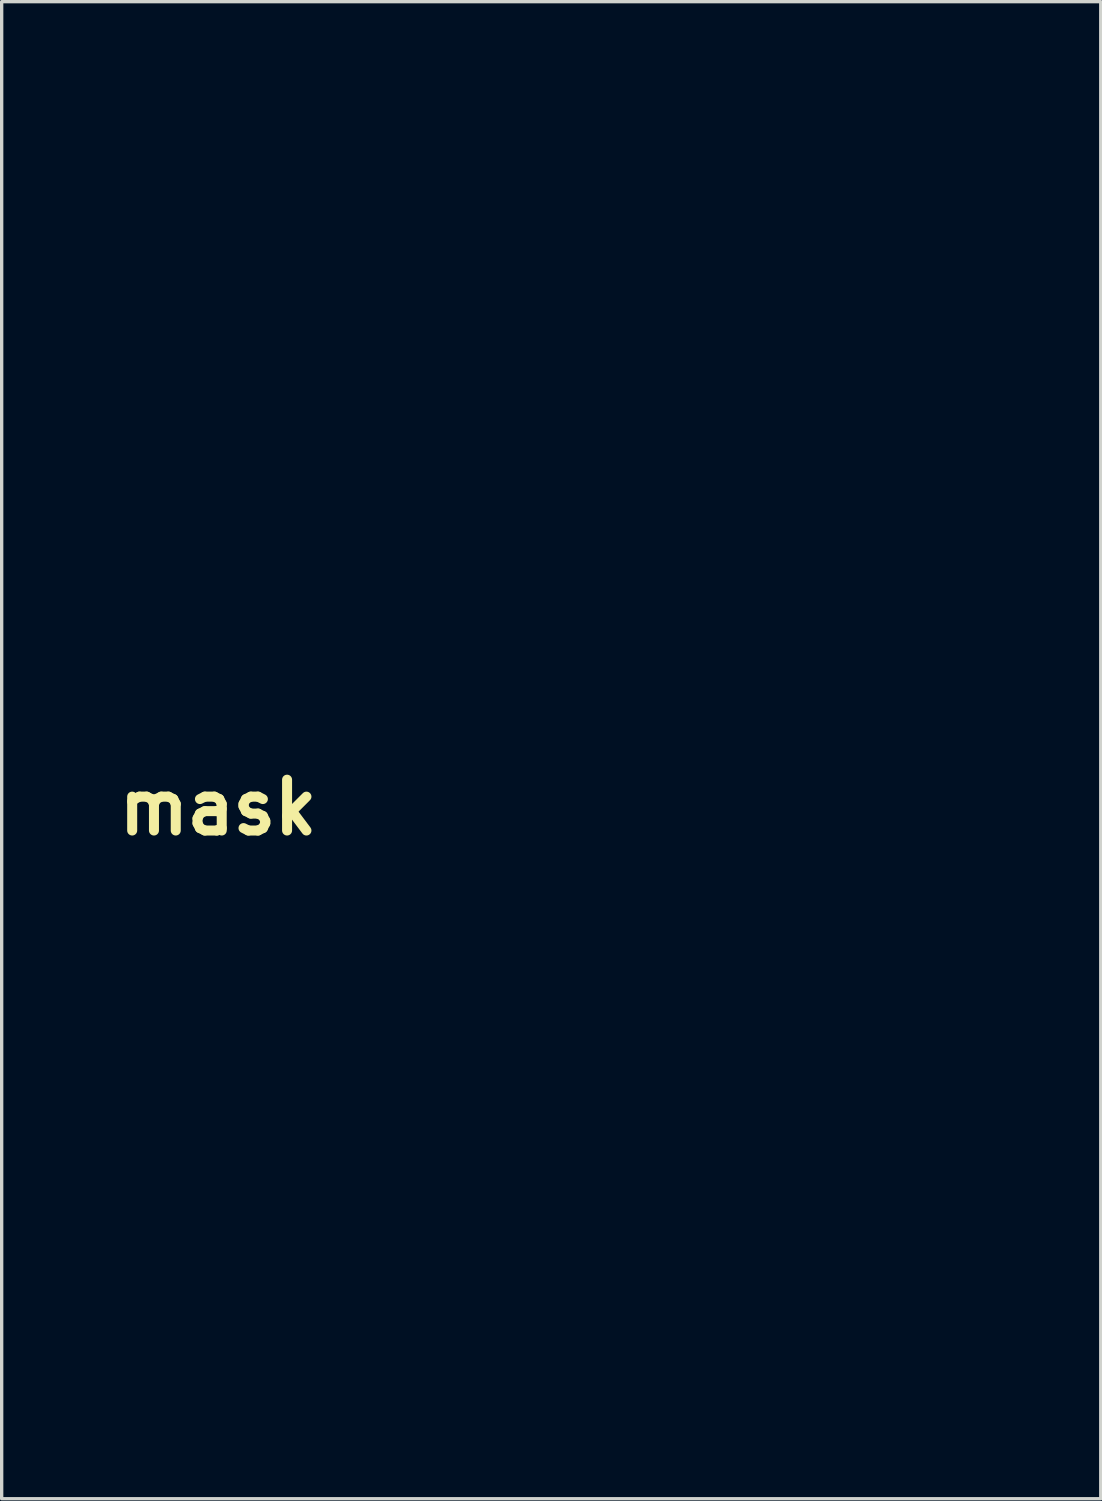
<source format=kicad_pcb>
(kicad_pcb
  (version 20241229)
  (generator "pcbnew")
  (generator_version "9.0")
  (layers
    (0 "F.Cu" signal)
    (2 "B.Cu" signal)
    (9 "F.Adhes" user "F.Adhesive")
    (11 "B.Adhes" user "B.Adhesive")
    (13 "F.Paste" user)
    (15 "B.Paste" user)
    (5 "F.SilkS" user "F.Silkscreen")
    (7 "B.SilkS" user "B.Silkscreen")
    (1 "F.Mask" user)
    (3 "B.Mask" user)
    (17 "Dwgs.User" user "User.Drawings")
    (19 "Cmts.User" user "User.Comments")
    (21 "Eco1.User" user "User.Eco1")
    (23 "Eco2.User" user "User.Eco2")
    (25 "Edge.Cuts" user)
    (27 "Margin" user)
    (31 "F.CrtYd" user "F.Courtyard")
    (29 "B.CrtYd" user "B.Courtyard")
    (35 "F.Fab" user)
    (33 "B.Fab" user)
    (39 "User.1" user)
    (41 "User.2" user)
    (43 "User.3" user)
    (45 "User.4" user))
  (footprint "mask"
    (layer "F.Cu")
    (at 3.49 21.165)
    (property "Reference" "mask" (at 0 0 0) (layer "F.SilkS") (effects (font (size 1.524 1.524) (thickness 0.3))))
    (attr through_hole)
    (fp_poly (pts (xy 12.794 13.542) (xy 12.824 13.573) (xy 12.769 13.609) (xy 12.675 13.643) (xy 12.463 13.7) (xy 12.335 13.707) (xy 12.294 13.667) (xy 12.338 13.622) (xy 12.448 13.579) (xy 12.586 13.545) (xy 12.716 13.531) (xy 12.794 13.542)) (stroke (width 0.01) (type solid)) (fill yes) (layer "F.Mask"))
    (fp_poly (pts (xy 13.332 17.544) (xy 13.353 17.581) (xy 13.284 17.625) (xy 13.214 17.644) (xy 13.049 17.68) (xy 12.928 17.709) (xy 12.83 17.722) (xy 12.807 17.69) (xy 12.811 17.674) (xy 12.884 17.603) (xy 13.034 17.553) (xy 13.221 17.531) (xy 13.332 17.544)) (stroke (width 0.01) (type solid)) (fill yes) (layer "F.Mask"))
    (fp_poly (pts (xy -2.816 16.296) (xy -2.75 16.396) (xy -2.678 16.522) (xy -2.619 16.641) (xy -2.591 16.721) (xy -2.591 16.726) (xy -2.613 16.768) (xy -2.67 16.731) (xy -2.75 16.625) (xy -2.785 16.567) (xy -2.871 16.39) (xy -2.893 16.286) (xy -2.857 16.256) (xy -2.816 16.296)) (stroke (width 0.01) (type solid)) (fill yes) (layer "F.Mask"))
    (fp_poly (pts (xy 7.031 13.669) (xy 7.051 13.727) (xy 7.08 13.853) (xy 7.1 13.955) (xy 7.123 14.121) (xy 7.116 14.211) (xy 7.085 14.243) (xy 7.039 14.218) (xy 7.004 14.102) (xy 6.986 13.987) (xy 6.971 13.798) (xy 6.981 13.684) (xy 7.014 13.657) (xy 7.031 13.669)) (stroke (width 0.01) (type solid)) (fill yes) (layer "F.Mask"))
    (fp_poly (pts (xy 13.3 15.726) (xy 13.324 15.756) (xy 13.262 15.79) (xy 13.132 15.827) (xy 12.885 15.88) (xy 12.724 15.893) (xy 12.653 15.867) (xy 12.649 15.853) (xy 12.694 15.816) (xy 12.809 15.777) (xy 12.96 15.743) (xy 13.116 15.721) (xy 13.244 15.716) (xy 13.3 15.726)) (stroke (width 0.01) (type solid)) (fill yes) (layer "F.Mask"))
    (fp_poly (pts (xy 2.741 5.831) (xy 2.726 5.941) (xy 2.664 6.102) (xy 2.641 6.149) (xy 2.565 6.271) (xy 2.495 6.344) (xy 2.448 6.354) (xy 2.438 6.319) (xy 2.459 6.246) (xy 2.511 6.126) (xy 2.578 5.99) (xy 2.644 5.87) (xy 2.693 5.799) (xy 2.705 5.791) (xy 2.741 5.831)) (stroke (width 0.01) (type solid)) (fill yes) (layer "F.Mask"))
    (fp_poly (pts (xy 2.993 14.049) (xy 3.031 14.128) (xy 3.064 14.262) (xy 3.089 14.419) (xy 3.101 14.571) (xy 3.097 14.685) (xy 3.073 14.732) (xy 3.072 14.732) (xy 3.029 14.686) (xy 2.992 14.569) (xy 2.979 14.496) (xy 2.952 14.26) (xy 2.949 14.106) (xy 2.967 14.04) (xy 2.993 14.049)) (stroke (width 0.01) (type solid)) (fill yes) (layer "F.Mask"))
    (fp_poly (pts (xy 3.443 14.047) (xy 3.483 14.136) (xy 3.518 14.304) (xy 3.535 14.427) (xy 3.543 14.578) (xy 3.526 14.669) (xy 3.493 14.687) (xy 3.455 14.622) (xy 3.435 14.541) (xy 3.389 14.299) (xy 3.367 14.141) (xy 3.366 14.053) (xy 3.386 14.022) (xy 3.393 14.021) (xy 3.443 14.047)) (stroke (width 0.01) (type solid)) (fill yes) (layer "F.Mask"))
    (fp_poly (pts (xy 4.394 13.927) (xy 4.413 13.987) (xy 4.439 14.117) (xy 4.461 14.266) (xy 4.481 14.447) (xy 4.477 14.545) (xy 4.448 14.579) (xy 4.442 14.58) (xy 4.398 14.531) (xy 4.361 14.395) (xy 4.343 14.272) (xy 4.327 14.065) (xy 4.337 13.943) (xy 4.372 13.912) (xy 4.394 13.927)) (stroke (width 0.01) (type solid)) (fill yes) (layer "F.Mask"))
    (fp_poly (pts (xy 5.258 13.914) (xy 5.296 14.027) (xy 5.33 14.175) (xy 5.351 14.325) (xy 5.355 14.443) (xy 5.34 14.492) (xy 5.283 14.508) (xy 5.269 14.495) (xy 5.241 14.411) (xy 5.218 14.276) (xy 5.203 14.122) (xy 5.198 13.982) (xy 5.206 13.889) (xy 5.22 13.868) (xy 5.258 13.914)) (stroke (width 0.01) (type solid)) (fill yes) (layer "F.Mask"))
    (fp_poly (pts (xy 6.168 13.724) (xy 6.199 13.843) (xy 6.234 14.049) (xy 6.239 14.082) (xy 6.259 14.263) (xy 6.251 14.362) (xy 6.223 14.395) (xy 6.179 14.361) (xy 6.137 14.227) (xy 6.11 14.08) (xy 6.089 13.902) (xy 6.086 13.763) (xy 6.1 13.695) (xy 6.136 13.678) (xy 6.168 13.724)) (stroke (width 0.01) (type solid)) (fill yes) (layer "F.Mask"))
    (fp_poly (pts (xy 7.481 13.655) (xy 7.526 13.769) (xy 7.55 13.862) (xy 7.58 14.02) (xy 7.577 14.106) (xy 7.543 14.141) (xy 7.492 14.115) (xy 7.45 13.992) (xy 7.437 13.928) (xy 7.409 13.758) (xy 7.398 13.663) (xy 7.404 13.623) (xy 7.43 13.612) (xy 7.442 13.611) (xy 7.481 13.655)) (stroke (width 0.01) (type solid)) (fill yes) (layer "F.Mask"))
    (fp_poly (pts (xy 13.413 16.169) (xy 13.406 16.204) (xy 13.33 16.249) (xy 13.199 16.292) (xy 13.155 16.303) (xy 12.924 16.345) (xy 12.777 16.355) (xy 12.718 16.333) (xy 12.723 16.311) (xy 12.784 16.277) (xy 12.911 16.235) (xy 13.07 16.195) (xy 13.225 16.165) (xy 13.338 16.154) (xy 13.413 16.169)) (stroke (width 0.01) (type solid)) (fill yes) (layer "F.Mask"))
    (fp_poly (pts (xy 2.558 14.116) (xy 2.595 14.229) (xy 2.633 14.378) (xy 2.664 14.529) (xy 2.682 14.652) (xy 2.678 14.713) (xy 2.677 14.713) (xy 2.63 14.704) (xy 2.607 14.691) (xy 2.57 14.627) (xy 2.537 14.505) (xy 2.513 14.357) (xy 2.501 14.213) (xy 2.506 14.108) (xy 2.529 14.072) (xy 2.558 14.116)) (stroke (width 0.01) (type solid)) (fill yes) (layer "F.Mask"))
    (fp_poly (pts (xy 4.796 13.882) (xy 4.824 13.937) (xy 4.853 14.049) (xy 4.888 14.237) (xy 4.905 14.332) (xy 4.912 14.457) (xy 4.891 14.538) (xy 4.856 14.557) (xy 4.818 14.496) (xy 4.81 14.465) (xy 4.767 14.257) (xy 4.744 14.073) (xy 4.74 13.937) (xy 4.758 13.871) (xy 4.765 13.868) (xy 4.796 13.882)) (stroke (width 0.01) (type solid)) (fill yes) (layer "F.Mask"))
    (fp_poly (pts (xy 6.589 13.688) (xy 6.623 13.766) (xy 6.654 13.917) (xy 6.679 14.084) (xy 6.691 14.251) (xy 6.668 14.323) (xy 6.656 14.326) (xy 6.592 14.285) (xy 6.581 14.262) (xy 6.553 14.134) (xy 6.534 13.979) (xy 6.525 13.828) (xy 6.529 13.713) (xy 6.547 13.665) (xy 6.548 13.665) (xy 6.589 13.688)) (stroke (width 0.01) (type solid)) (fill yes) (layer "F.Mask"))
    (fp_poly (pts (xy 13.016 13.984) (xy 13.051 14.013) (xy 13 14.052) (xy 12.867 14.088) (xy 12.84 14.093) (xy 12.673 14.122) (xy 12.528 14.151) (xy 12.503 14.157) (xy 12.416 14.166) (xy 12.404 14.121) (xy 12.405 14.117) (xy 12.477 14.052) (xy 12.632 14.004) (xy 12.854 13.978) (xy 12.89 13.976) (xy 13.016 13.984)) (stroke (width 0.01) (type solid)) (fill yes) (layer "F.Mask"))
    (fp_poly (pts (xy 13.386 17.065) (xy 13.411 17.097) (xy 13.411 17.097) (xy 13.366 17.145) (xy 13.256 17.186) (xy 13.221 17.193) (xy 13.07 17.222) (xy 12.952 17.25) (xy 12.941 17.253) (xy 12.866 17.245) (xy 12.852 17.208) (xy 12.902 17.152) (xy 13.047 17.103) (xy 13.132 17.086) (xy 13.299 17.061) (xy 13.386 17.065)) (stroke (width 0.01) (type solid)) (fill yes) (layer "F.Mask"))
    (fp_poly (pts (xy 13.402 16.624) (xy 13.404 16.627) (xy 13.411 16.665) (xy 13.381 16.692) (xy 13.293 16.713) (xy 13.128 16.734) (xy 13.068 16.741) (xy 12.87 16.755) (xy 12.767 16.743) (xy 12.751 16.724) (xy 12.796 16.691) (xy 12.91 16.658) (xy 13.061 16.63) (xy 13.214 16.612) (xy 13.339 16.608) (xy 13.402 16.624)) (stroke (width 0.01) (type solid)) (fill yes) (layer "F.Mask"))
    (fp_poly (pts (xy 3.89 13.964) (xy 3.931 14.079) (xy 3.97 14.231) (xy 4 14.39) (xy 4.013 14.525) (xy 4.013 14.531) (xy 4.001 14.623) (xy 3.97 14.627) (xy 3.928 14.556) (xy 3.885 14.42) (xy 3.868 14.343) (xy 3.829 14.133) (xy 3.813 14.004) (xy 3.822 13.939) (xy 3.853 13.919) (xy 3.857 13.919) (xy 3.89 13.964)) (stroke (width 0.01) (type solid)) (fill yes) (layer "F.Mask"))
    (fp_poly (pts (xy 5.702 13.863) (xy 5.751 13.976) (xy 5.791 14.125) (xy 5.814 14.276) (xy 5.813 14.397) (xy 5.793 14.446) (xy 5.74 14.458) (xy 5.721 14.423) (xy 5.697 14.327) (xy 5.67 14.185) (xy 5.665 14.157) (xy 5.637 14.011) (xy 5.609 13.902) (xy 5.605 13.89) (xy 5.616 13.827) (xy 5.652 13.818) (xy 5.702 13.863)) (stroke (width 0.01) (type solid)) (fill yes) (layer "F.Mask"))
    (fp_poly (pts (xy 9.021 1.134) (xy 9.175 1.176) (xy 9.318 1.231) (xy 9.419 1.288) (xy 9.449 1.326) (xy 9.41 1.366) (xy 9.317 1.357) (xy 9.246 1.325) (xy 9.149 1.29) (xy 9.002 1.255) (xy 8.954 1.246) (xy 8.81 1.21) (xy 8.745 1.168) (xy 8.764 1.134) (xy 8.873 1.118) (xy 8.889 1.118) (xy 9.021 1.134)) (stroke (width 0.01) (type solid)) (fill yes) (layer "F.Mask"))
    (fp_poly (pts (xy 13.159 14.423) (xy 13.134 14.469) (xy 13.068 14.497) (xy 12.922 14.529) (xy 12.752 14.552) (xy 12.589 14.563) (xy 12.461 14.562) (xy 12.398 14.545) (xy 12.395 14.539) (xy 12.44 14.5) (xy 12.554 14.464) (xy 12.611 14.454) (xy 12.794 14.425) (xy 12.966 14.397) (xy 12.992 14.393) (xy 13.107 14.392) (xy 13.159 14.423)) (stroke (width 0.01) (type solid)) (fill yes) (layer "F.Mask"))
    (fp_poly (pts (xy 13.259 15.306) (xy 13.259 15.309) (xy 13.211 15.365) (xy 13.078 15.407) (xy 13.043 15.414) (xy 12.878 15.442) (xy 12.738 15.471) (xy 12.713 15.477) (xy 12.624 15.479) (xy 12.598 15.451) (xy 12.622 15.415) (xy 12.701 15.378) (xy 12.85 15.334) (xy 13.083 15.278) (xy 13.119 15.27) (xy 13.226 15.261) (xy 13.259 15.306)) (stroke (width 0.01) (type solid)) (fill yes) (layer "F.Mask"))
    (fp_poly (pts (xy 13.195 14.797) (xy 13.2 14.831) (xy 13.195 14.846) (xy 13.139 14.884) (xy 13.014 14.924) (xy 12.854 14.96) (xy 12.689 14.985) (xy 12.551 14.995) (xy 12.472 14.983) (xy 12.466 14.978) (xy 12.46 14.947) (xy 12.496 14.92) (xy 12.591 14.891) (xy 12.764 14.853) (xy 12.842 14.837) (xy 13.034 14.8) (xy 13.146 14.787) (xy 13.195 14.797)) (stroke (width 0.01) (type solid)) (fill yes) (layer "F.Mask"))
    (fp_poly (pts (xy -2.611 16.118) (xy -2.528 16.218) (xy -2.416 16.392) (xy -2.385 16.445) (xy -2.265 16.654) (xy -2.19 16.789) (xy -2.151 16.868) (xy -2.145 16.905) (xy -2.163 16.915) (xy -2.193 16.916) (xy -2.247 16.874) (xy -2.335 16.764) (xy -2.439 16.605) (xy -2.483 16.531) (xy -2.592 16.329) (xy -2.653 16.183) (xy -2.662 16.105) (xy -2.658 16.1) (xy -2.611 16.118)) (stroke (width 0.01) (type solid)) (fill yes) (layer "F.Mask"))
    (fp_poly (pts (xy 3.151 5.644) (xy 3.116 5.763) (xy 3.046 5.935) (xy 2.946 6.148) (xy 2.846 6.346) (xy 2.78 6.468) (xy 2.738 6.529) (xy 2.71 6.544) (xy 2.685 6.529) (xy 2.679 6.523) (xy 2.688 6.469) (xy 2.732 6.349) (xy 2.801 6.188) (xy 2.883 6.011) (xy 2.967 5.841) (xy 3.041 5.703) (xy 3.095 5.622) (xy 3.099 5.618) (xy 3.146 5.592) (xy 3.151 5.644)) (stroke (width 0.01) (type solid)) (fill yes) (layer "F.Mask"))
    (fp_poly (pts (xy 3.546 5.398) (xy 3.549 5.46) (xy 3.511 5.592) (xy 3.451 5.751) (xy 3.342 6.021) (xy 3.234 6.267) (xy 3.135 6.472) (xy 3.053 6.622) (xy 2.997 6.699) (xy 2.984 6.706) (xy 2.956 6.667) (xy 2.963 6.617) (xy 3.016 6.468) (xy 3.092 6.276) (xy 3.181 6.063) (xy 3.275 5.848) (xy 3.364 5.654) (xy 3.438 5.501) (xy 3.489 5.41) (xy 3.504 5.394) (xy 3.546 5.398)) (stroke (width 0.01) (type solid)) (fill yes) (layer "F.Mask"))
    (fp_poly (pts (xy 8.796 1.395) (xy 8.961 1.423) (xy 9.154 1.468) (xy 9.35 1.525) (xy 9.528 1.588) (xy 9.665 1.65) (xy 9.737 1.705) (xy 9.742 1.714) (xy 9.744 1.754) (xy 9.706 1.767) (xy 9.613 1.751) (xy 9.452 1.704) (xy 9.271 1.646) (xy 9.074 1.584) (xy 8.897 1.532) (xy 8.777 1.501) (xy 8.776 1.501) (xy 8.674 1.462) (xy 8.636 1.417) (xy 8.68 1.391) (xy 8.796 1.395)) (stroke (width 0.01) (type solid)) (fill yes) (layer "F.Mask"))
    (fp_poly (pts (xy -2.362 15.929) (xy -2.283 16.033) (xy -2.264 16.066) (xy -2.194 16.181) (xy -2.087 16.353) (xy -1.959 16.551) (xy -1.898 16.645) (xy -1.782 16.825) (xy -1.69 16.972) (xy -1.636 17.066) (xy -1.626 17.089) (xy -1.65 17.126) (xy -1.72 17.08) (xy -1.83 16.958) (xy -1.946 16.802) (xy -2.112 16.558) (xy -2.254 16.334) (xy -2.361 16.146) (xy -2.425 16.012) (xy -2.438 15.959) (xy -2.417 15.902) (xy -2.362 15.929)) (stroke (width 0.01) (type solid)) (fill yes) (layer "F.Mask"))
    (fp_poly (pts (xy 8.649 1.698) (xy 8.993 1.77) (xy 9.255 1.827) (xy 9.451 1.874) (xy 9.6 1.914) (xy 9.719 1.954) (xy 9.817 1.993) (xy 9.954 2.058) (xy 10.041 2.114) (xy 10.058 2.137) (xy 10.024 2.199) (xy 9.96 2.209) (xy 9.933 2.187) (xy 9.864 2.142) (xy 9.719 2.084) (xy 9.519 2.02) (xy 9.289 1.958) (xy 9.049 1.903) (xy 8.882 1.871) (xy 8.668 1.826) (xy 8.555 1.777) (xy 8.534 1.744) (xy 8.574 1.695) (xy 8.649 1.698)) (stroke (width 0.01) (type solid)) (fill yes) (layer "F.Mask"))
    (fp_poly (pts (xy 23.343 0.207) (xy 23.093 0.437) (xy 22.959 0.549) (xy 22.859 0.611) (xy 22.812 0.614) (xy 22.752 0.607) (xy 22.626 0.659) (xy 22.448 0.761) (xy 22.227 0.904) (xy 21.977 1.081) (xy 21.709 1.283) (xy 21.434 1.503) (xy 21.165 1.732) (xy 21.051 1.834) (xy 20.44 2.349) (xy 19.731 2.875) (xy 18.926 3.409) (xy 18.026 3.952) (xy 17.602 4.192) (xy 17.234 4.399) (xy 16.826 4.634) (xy 16.411 4.877) (xy 16.021 5.109) (xy 15.697 5.307) (xy 15.166 5.636) (xy 14.71 5.916) (xy 14.317 6.155) (xy 13.978 6.36) (xy 13.682 6.536) (xy 13.416 6.69) (xy 13.172 6.828) (xy 12.937 6.957) (xy 12.7 7.084) (xy 12.654 7.108) (xy 12.283 7.306) (xy 11.985 7.473) (xy 11.739 7.621) (xy 11.529 7.762) (xy 11.334 7.908) (xy 11.134 8.072) (xy 11.113 8.091) (xy 10.97 8.225) (xy 10.842 8.373) (xy 10.728 8.544) (xy 10.625 8.746) (xy 10.53 8.987) (xy 10.44 9.277) (xy 10.353 9.623) (xy 10.266 10.034) (xy 10.178 10.518) (xy 10.084 11.085) (xy 9.983 11.742) (xy 9.958 11.913) (xy 9.889 12.378) (xy 9.832 12.755) (xy 9.784 13.057) (xy 9.744 13.297) (xy 9.708 13.486) (xy 9.675 13.638) (xy 9.641 13.765) (xy 9.606 13.881) (xy 9.565 13.996) (xy 9.549 14.038) (xy 9.355 14.446) (xy 9.09 14.844) (xy 8.766 15.221) (xy 8.397 15.569) (xy 7.994 15.881) (xy 7.57 16.146) (xy 7.138 16.357) (xy 6.71 16.505) (xy 6.3 16.582) (xy 5.919 16.578) (xy 5.826 16.563) (xy 5.561 16.464) (xy 5.357 16.285) (xy 5.27 16.146) (xy 5.18 15.965) (xy 4.762 15.939) (xy 4.404 15.892) (xy 4.134 15.801) (xy 3.948 15.662) (xy 3.842 15.472) (xy 3.81 15.245) (xy 3.823 15.123) (xy 3.857 15.095) (xy 3.903 15.155) (xy 3.953 15.301) (xy 3.957 15.315) (xy 4.012 15.473) (xy 4.098 15.584) (xy 4.233 15.661) (xy 4.436 15.717) (xy 4.648 15.751) (xy 4.884 15.776) (xy 5.038 15.766) (xy 5.129 15.709) (xy 5.173 15.595) (xy 5.188 15.421) (xy 5.209 15.166) (xy 5.253 14.989) (xy 5.317 14.9) (xy 5.329 14.894) (xy 5.367 14.898) (xy 5.383 14.957) (xy 5.377 15.088) (xy 5.368 15.181) (xy 5.359 15.432) (xy 5.388 15.617) (xy 5.452 15.725) (xy 5.516 15.748) (xy 5.659 15.714) (xy 5.852 15.62) (xy 6.074 15.479) (xy 6.306 15.305) (xy 6.527 15.111) (xy 6.591 15.049) (xy 6.772 14.872) (xy 6.892 14.773) (xy 6.951 14.749) (xy 6.959 14.767) (xy 6.916 14.901) (xy 6.801 15.068) (xy 6.63 15.253) (xy 6.421 15.441) (xy 6.193 15.618) (xy 5.962 15.771) (xy 5.746 15.885) (xy 5.563 15.945) (xy 5.502 15.951) (xy 5.409 15.967) (xy 5.395 16.024) (xy 5.459 16.132) (xy 5.485 16.166) (xy 5.626 16.298) (xy 5.809 16.375) (xy 6.052 16.402) (xy 6.269 16.395) (xy 6.702 16.317) (xy 7.153 16.156) (xy 7.607 15.923) (xy 8.046 15.629) (xy 8.454 15.287) (xy 8.815 14.908) (xy 9.112 14.503) (xy 9.233 14.292) (xy 9.306 14.149) (xy 9.366 14.022) (xy 9.418 13.899) (xy 9.463 13.766) (xy 9.504 13.61) (xy 9.545 13.421) (xy 9.589 13.184) (xy 9.638 12.887) (xy 9.695 12.518) (xy 9.764 12.064) (xy 9.783 11.938) (xy 9.888 11.25) (xy 9.985 10.655) (xy 10.076 10.143) (xy 10.164 9.707) (xy 10.251 9.337) (xy 10.34 9.026) (xy 10.434 8.765) (xy 10.536 8.544) (xy 10.648 8.356) (xy 10.773 8.193) (xy 10.914 8.045) (xy 11.049 7.923) (xy 11.241 7.765) (xy 11.428 7.624) (xy 11.627 7.489) (xy 11.855 7.348) (xy 12.131 7.191) (xy 12.472 7.006) (xy 12.675 6.898) (xy 12.921 6.764) (xy 13.236 6.586) (xy 13.6 6.375) (xy 13.997 6.141) (xy 14.409 5.895) (xy 14.817 5.648) (xy 15.011 5.528) (xy 15.419 5.278) (xy 15.847 5.02) (xy 16.275 4.764) (xy 16.684 4.522) (xy 17.054 4.306) (xy 17.366 4.128) (xy 17.475 4.066) (xy 18.29 3.597) (xy 19.039 3.133) (xy 19.713 2.678) (xy 20.306 2.238) (xy 20.809 1.817) (xy 20.905 1.73) (xy 21.363 1.327) (xy 21.818 0.977) (xy 22.314 0.644) (xy 22.331 0.633) (xy 22.506 0.518) (xy 22.636 0.42) (xy 22.705 0.353) (xy 22.709 0.331) (xy 22.654 0.274) (xy 22.696 0.233) (xy 22.832 0.21) (xy 23 0.205) (xy 23.343 0.207)) (stroke (width 0.01) (type solid)) (fill yes) (layer "F.Mask"))
    (fp_poly (pts (xy 23.377 -6.574) (xy 23.413 -6.453) (xy 23.445 -6.25) (xy 23.463 -6.094) (xy 23.461 -6.021) (xy 23.435 -6.014) (xy 23.406 -6.035) (xy 23.363 -6.055) (xy 23.328 -6.025) (xy 23.291 -5.929) (xy 23.244 -5.749) (xy 23.239 -5.729) (xy 23.065 -5.091) (xy 22.837 -4.389) (xy 22.562 -3.638) (xy 22.248 -2.856) (xy 21.901 -2.06) (xy 21.53 -1.265) (xy 21.139 -0.489) (xy 20.738 0.252) (xy 20.649 0.409) (xy 20.23 1.111) (xy 19.831 1.72) (xy 19.449 2.243) (xy 19.078 2.684) (xy 18.714 3.05) (xy 18.351 3.346) (xy 18.069 3.53) (xy 17.931 3.611) (xy 17.718 3.737) (xy 17.443 3.9) (xy 17.118 4.093) (xy 16.756 4.308) (xy 16.369 4.537) (xy 15.97 4.774) (xy 15.926 4.8) (xy 15.423 5.099) (xy 14.996 5.352) (xy 14.636 5.565) (xy 14.333 5.744) (xy 14.074 5.896) (xy 13.851 6.025) (xy 13.652 6.138) (xy 13.468 6.241) (xy 13.288 6.341) (xy 13.101 6.442) (xy 12.896 6.552) (xy 12.7 6.657) (xy 12.422 6.809) (xy 12.084 7.001) (xy 11.708 7.218) (xy 11.322 7.445) (xy 10.949 7.669) (xy 10.795 7.763) (xy 9.818 8.354) (xy 8.898 8.887) (xy 8.017 9.374) (xy 7.156 9.825) (xy 6.295 10.249) (xy 5.415 10.657) (xy 4.572 11.026) (xy 4.043 11.251) (xy 3.577 11.445) (xy 3.153 11.616) (xy 2.755 11.77) (xy 2.363 11.914) (xy 1.96 12.053) (xy 1.527 12.196) (xy 1.046 12.348) (xy 0.499 12.516) (xy 0.051 12.651) (xy -0.571 12.841) (xy -1.102 13.012) (xy -1.551 13.165) (xy -1.927 13.306) (xy -2.237 13.438) (xy -2.49 13.564) (xy -2.694 13.688) (xy -2.858 13.814) (xy -2.99 13.944) (xy -2.994 13.949) (xy -3.143 14.145) (xy -3.222 14.333) (xy -3.25 14.56) (xy -3.251 14.629) (xy -3.244 14.783) (xy -3.211 14.875) (xy -3.13 14.945) (xy -3.076 14.978) (xy -2.945 15.079) (xy -2.809 15.221) (xy -2.691 15.375) (xy -2.612 15.513) (xy -2.593 15.591) (xy -2.597 15.624) (xy -2.617 15.624) (xy -2.663 15.581) (xy -2.745 15.483) (xy -2.876 15.319) (xy -2.925 15.257) (xy -3.02 15.165) (xy -3.119 15.148) (xy -3.166 15.157) (xy -3.289 15.226) (xy -3.333 15.351) (xy -3.296 15.537) (xy -3.226 15.697) (xy -3.153 15.863) (xy -3.128 15.976) (xy -3.137 16.01) (xy -3.181 15.991) (xy -3.251 15.89) (xy -3.34 15.716) (xy -3.35 15.696) (xy -3.442 15.475) (xy -3.485 15.318) (xy -3.482 15.204) (xy -3.481 15.199) (xy -3.461 15.081) (xy -3.444 14.899) (xy -3.433 14.692) (xy -3.432 14.681) (xy -3.395 14.355) (xy -3.299 14.078) (xy -3.136 13.837) (xy -2.894 13.618) (xy -2.565 13.408) (xy -2.446 13.344) (xy -2.273 13.258) (xy -2.08 13.173) (xy -1.856 13.084) (xy -1.589 12.988) (xy -1.267 12.881) (xy -0.879 12.757) (xy -0.413 12.615) (xy -0.009 12.493) (xy 0.733 12.267) (xy 1.4 12.055) (xy 2.015 11.849) (xy 2.603 11.638) (xy 3.186 11.415) (xy 3.789 11.171) (xy 4.435 10.897) (xy 5.129 10.593) (xy 5.898 10.244) (xy 6.628 9.896) (xy 7.338 9.539) (xy 8.048 9.163) (xy 8.776 8.758) (xy 9.542 8.313) (xy 10.365 7.818) (xy 10.559 7.699) (xy 10.938 7.471) (xy 11.357 7.223) (xy 11.788 6.973) (xy 12.201 6.738) (xy 12.568 6.534) (xy 12.673 6.477) (xy 13.001 6.299) (xy 13.334 6.116) (xy 13.649 5.941) (xy 13.924 5.786) (xy 14.135 5.664) (xy 14.16 5.649) (xy 14.326 5.551) (xy 14.564 5.409) (xy 14.86 5.233) (xy 15.199 5.031) (xy 15.566 4.814) (xy 15.945 4.588) (xy 16.154 4.463) (xy 16.527 4.242) (xy 16.889 4.027) (xy 17.226 3.827) (xy 17.526 3.65) (xy 17.773 3.504) (xy 17.955 3.397) (xy 18.029 3.354) (xy 18.258 3.203) (xy 18.502 3.016) (xy 18.71 2.831) (xy 18.716 2.825) (xy 19.081 2.423) (xy 19.466 1.932) (xy 19.863 1.361) (xy 20.268 0.721) (xy 20.675 0.02) (xy 21.078 -0.731) (xy 21.471 -1.523) (xy 21.848 -2.347) (xy 22.03 -2.769) (xy 22.195 -3.171) (xy 22.357 -3.586) (xy 22.511 -4.002) (xy 22.655 -4.408) (xy 22.785 -4.795) (xy 22.897 -5.151) (xy 22.989 -5.466) (xy 23.057 -5.728) (xy 23.098 -5.928) (xy 23.108 -6.054) (xy 23.085 -6.096) (xy 23.035 -6.101) (xy 23.021 -6.128) (xy 23.048 -6.196) (xy 23.122 -6.323) (xy 23.172 -6.405) (xy 23.266 -6.545) (xy 23.331 -6.603) (xy 23.377 -6.574)) (stroke (width 0.01) (type solid)) (fill yes) (layer "F.Mask"))
    (fp_poly (pts (xy 5.991 -21.152) (xy 6.005 -21.151) (xy 6.224 -21.124) (xy 6.356 -21.099) (xy 6.416 -21.071) (xy 6.419 -21.033) (xy 6.399 -21.004) (xy 6.37 -20.943) (xy 6.388 -20.93) (xy 6.471 -20.896) (xy 6.614 -20.804) (xy 6.807 -20.661) (xy 7.036 -20.48) (xy 7.289 -20.27) (xy 7.553 -20.042) (xy 7.816 -19.805) (xy 8.066 -19.57) (xy 8.205 -19.433) (xy 8.536 -19.097) (xy 8.838 -18.777) (xy 9.125 -18.457) (xy 9.412 -18.12) (xy 9.713 -17.751) (xy 10.041 -17.331) (xy 10.411 -16.846) (xy 10.449 -16.796) (xy 11.049 -15.976) (xy 11.646 -15.116) (xy 12.236 -14.22) (xy 12.818 -13.295) (xy 13.388 -12.347) (xy 13.944 -11.382) (xy 14.483 -10.405) (xy 15.003 -9.422) (xy 15.5 -8.44) (xy 15.973 -7.465) (xy 16.419 -6.501) (xy 16.834 -5.556) (xy 17.217 -4.634) (xy 17.564 -3.742) (xy 17.873 -2.886) (xy 18.142 -2.071) (xy 18.367 -1.304) (xy 18.545 -0.59) (xy 18.676 0.064) (xy 18.755 0.653) (xy 18.78 1.172) (xy 18.751 1.594) (xy 18.659 1.995) (xy 18.51 2.316) (xy 18.3 2.561) (xy 18.169 2.659) (xy 17.642 2.992) (xy 17.078 3.34) (xy 16.493 3.694) (xy 15.902 4.045) (xy 15.319 4.385) (xy 14.76 4.706) (xy 14.24 4.997) (xy 13.774 5.25) (xy 13.376 5.457) (xy 13.356 5.468) (xy 12.581 5.822) (xy 11.846 6.085) (xy 11.149 6.257) (xy 10.489 6.337) (xy 9.862 6.327) (xy 9.627 6.299) (xy 9.289 6.235) (xy 8.982 6.145) (xy 8.659 6.014) (xy 8.509 5.943) (xy 7.992 5.638) (xy 7.535 5.252) (xy 7.139 4.788) (xy 6.809 4.252) (xy 6.545 3.645) (xy 6.392 3.14) (xy 6.321 2.749) (xy 6.295 2.345) (xy 6.315 1.955) (xy 6.378 1.607) (xy 6.468 1.36) (xy 6.601 1.128) (xy 6.748 0.973) (xy 6.932 0.879) (xy 7.178 0.833) (xy 7.341 0.823) (xy 7.636 0.812) (xy 7.852 0.809) (xy 8.007 0.813) (xy 8.124 0.828) (xy 8.224 0.855) (xy 8.326 0.896) (xy 8.357 0.91) (xy 8.507 0.986) (xy 8.564 1.035) (xy 8.533 1.054) (xy 8.42 1.037) (xy 8.253 0.988) (xy 8.04 0.933) (xy 7.897 0.941) (xy 7.814 1.017) (xy 7.782 1.134) (xy 7.778 1.193) (xy 7.792 1.243) (xy 7.838 1.297) (xy 7.929 1.366) (xy 8.079 1.463) (xy 8.302 1.6) (xy 8.313 1.607) (xy 8.374 1.666) (xy 8.372 1.702) (xy 8.313 1.698) (xy 8.192 1.652) (xy 8.033 1.574) (xy 8.016 1.565) (xy 7.804 1.434) (xy 7.668 1.306) (xy 7.605 1.207) (xy 7.48 1.049) (xy 7.307 0.98) (xy 7.086 1.001) (xy 7.035 1.016) (xy 6.829 1.135) (xy 6.668 1.334) (xy 6.553 1.6) (xy 6.484 1.921) (xy 6.463 2.287) (xy 6.488 2.685) (xy 6.561 3.102) (xy 6.683 3.529) (xy 6.854 3.951) (xy 6.904 4.055) (xy 7.234 4.613) (xy 7.621 5.087) (xy 8.063 5.476) (xy 8.556 5.779) (xy 9.1 5.994) (xy 9.692 6.12) (xy 10.262 6.156) (xy 10.605 6.146) (xy 10.942 6.116) (xy 11.282 6.061) (xy 11.633 5.978) (xy 12.001 5.865) (xy 12.395 5.718) (xy 12.821 5.534) (xy 13.289 5.31) (xy 13.805 5.042) (xy 14.378 4.728) (xy 15.014 4.364) (xy 15.722 3.946) (xy 16.129 3.702) (xy 16.619 3.407) (xy 17.029 3.159) (xy 17.367 2.952) (xy 17.642 2.782) (xy 17.859 2.643) (xy 18.028 2.53) (xy 18.155 2.438) (xy 18.249 2.361) (xy 18.317 2.295) (xy 18.367 2.233) (xy 18.405 2.171) (xy 18.435 2.116) (xy 18.516 1.885) (xy 18.568 1.576) (xy 18.591 1.208) (xy 18.584 0.8) (xy 18.545 0.372) (xy 18.52 0.192) (xy 18.379 -0.541) (xy 18.178 -1.345) (xy 17.92 -2.211) (xy 17.609 -3.132) (xy 17.249 -4.099) (xy 16.843 -5.104) (xy 16.397 -6.14) (xy 15.913 -7.199) (xy 15.396 -8.272) (xy 14.849 -9.351) (xy 14.276 -10.429) (xy 13.681 -11.497) (xy 13.069 -12.548) (xy 12.442 -13.573) (xy 11.805 -14.565) (xy 11.162 -15.515) (xy 10.516 -16.416) (xy 10.351 -16.637) (xy 9.953 -17.161) (xy 9.596 -17.617) (xy 9.263 -18.024) (xy 8.942 -18.4) (xy 8.615 -18.762) (xy 8.295 -19.103) (xy 8.011 -19.39) (xy 7.719 -19.669) (xy 7.429 -19.932) (xy 7.15 -20.172) (xy 6.892 -20.38) (xy 6.664 -20.549) (xy 6.477 -20.672) (xy 6.34 -20.739) (xy 6.263 -20.745) (xy 6.254 -20.736) (xy 6.201 -20.725) (xy 6.105 -20.799) (xy 6.065 -20.841) (xy 5.921 -20.999) (xy 5.844 -21.097) (xy 5.832 -21.146) (xy 5.881 -21.16) (xy 5.991 -21.152)) (stroke (width 0.01) (type solid)) (fill yes) (layer "F.Mask"))
    (fp_poly (pts (xy 16.677 -16.056) (xy 16.884 -15.97) (xy 17.045 -15.895) (xy 17.146 -15.838) (xy 17.172 -15.806) (xy 17.158 -15.802) (xy 17.096 -15.791) (xy 17.078 -15.756) (xy 17.11 -15.68) (xy 17.197 -15.551) (xy 17.296 -15.417) (xy 17.636 -14.907) (xy 17.963 -14.305) (xy 18.277 -13.617) (xy 18.575 -12.851) (xy 18.855 -12.016) (xy 19.114 -11.119) (xy 19.351 -10.167) (xy 19.562 -9.17) (xy 19.746 -8.134) (xy 19.901 -7.068) (xy 20.024 -5.98) (xy 20.046 -5.74) (xy 20.076 -5.338) (xy 20.099 -4.872) (xy 20.117 -4.364) (xy 20.127 -3.833) (xy 20.131 -3.299) (xy 20.129 -2.782) (xy 20.119 -2.303) (xy 20.103 -1.88) (xy 20.079 -1.535) (xy 20.073 -1.473) (xy 19.963 -0.605) (xy 19.821 0.169) (xy 19.646 0.854) (xy 19.437 1.452) (xy 19.193 1.968) (xy 18.912 2.405) (xy 18.722 2.634) (xy 18.592 2.751) (xy 18.396 2.9) (xy 18.154 3.064) (xy 17.909 3.216) (xy 17.712 3.333) (xy 17.444 3.493) (xy 17.123 3.686) (xy 16.763 3.903) (xy 16.382 4.134) (xy 15.996 4.368) (xy 15.824 4.473) (xy 15.221 4.837) (xy 14.696 5.15) (xy 14.241 5.417) (xy 13.847 5.641) (xy 13.508 5.826) (xy 13.215 5.977) (xy 12.962 6.098) (xy 12.74 6.194) (xy 12.725 6.2) (xy 12.36 6.342) (xy 11.995 6.478) (xy 11.622 6.609) (xy 11.233 6.738) (xy 10.819 6.867) (xy 10.373 6.997) (xy 9.885 7.132) (xy 9.349 7.274) (xy 8.754 7.424) (xy 8.094 7.586) (xy 7.36 7.762) (xy 6.544 7.953) (xy 5.637 8.163) (xy 5.574 8.177) (xy 5.035 8.299) (xy 4.584 8.395) (xy 4.207 8.468) (xy 3.894 8.519) (xy 3.634 8.551) (xy 3.414 8.563) (xy 3.224 8.559) (xy 3.053 8.539) (xy 3.018 8.533) (xy 2.698 8.451) (xy 2.408 8.329) (xy 2.16 8.178) (xy 1.966 8.008) (xy 1.84 7.829) (xy 1.794 7.652) (xy 1.809 7.555) (xy 1.833 7.422) (xy 1.836 7.278) (xy 1.864 7.083) (xy 1.956 6.867) (xy 2.096 6.668) (xy 2.154 6.608) (xy 2.247 6.533) (xy 2.28 6.535) (xy 2.252 6.612) (xy 2.165 6.76) (xy 2.134 6.807) (xy 2.033 6.968) (xy 1.991 7.074) (xy 2.004 7.151) (xy 2.067 7.225) (xy 2.074 7.231) (xy 2.172 7.297) (xy 2.267 7.301) (xy 2.38 7.235) (xy 2.532 7.095) (xy 2.54 7.087) (xy 2.691 6.946) (xy 2.793 6.873) (xy 2.84 6.868) (xy 2.824 6.93) (xy 2.738 7.056) (xy 2.691 7.114) (xy 2.464 7.345) (xy 2.254 7.481) (xy 2.085 7.518) (xy 2.003 7.548) (xy 1.981 7.642) (xy 2.03 7.804) (xy 2.169 7.968) (xy 2.387 8.123) (xy 2.551 8.207) (xy 2.728 8.279) (xy 2.894 8.326) (xy 3.086 8.354) (xy 3.34 8.37) (xy 3.378 8.372) (xy 3.482 8.376) (xy 3.572 8.38) (xy 3.656 8.381) (xy 3.742 8.378) (xy 3.839 8.37) (xy 3.955 8.354) (xy 4.098 8.329) (xy 4.277 8.294) (xy 4.499 8.247) (xy 4.774 8.186) (xy 5.109 8.11) (xy 5.512 8.017) (xy 5.992 7.905) (xy 6.558 7.774) (xy 6.985 7.674) (xy 7.827 7.476) (xy 8.579 7.294) (xy 9.253 7.124) (xy 9.86 6.963) (xy 10.409 6.81) (xy 10.911 6.66) (xy 11.378 6.51) (xy 11.82 6.358) (xy 12.217 6.213) (xy 12.496 6.104) (xy 12.765 5.99) (xy 13.036 5.866) (xy 13.321 5.724) (xy 13.634 5.558) (xy 13.985 5.362) (xy 14.388 5.128) (xy 14.855 4.851) (xy 15.264 4.606) (xy 15.656 4.37) (xy 16.063 4.125) (xy 16.466 3.883) (xy 16.845 3.657) (xy 17.18 3.457) (xy 17.452 3.296) (xy 17.501 3.268) (xy 17.869 3.045) (xy 18.159 2.855) (xy 18.383 2.688) (xy 18.557 2.536) (xy 18.594 2.497) (xy 18.889 2.127) (xy 19.151 1.665) (xy 19.379 1.108) (xy 19.574 0.458) (xy 19.737 -0.287) (xy 19.867 -1.128) (xy 19.872 -1.168) (xy 19.893 -1.4) (xy 19.91 -1.716) (xy 19.923 -2.101) (xy 19.933 -2.537) (xy 19.938 -3.009) (xy 19.939 -3.5) (xy 19.937 -3.992) (xy 19.93 -4.47) (xy 19.92 -4.917) (xy 19.906 -5.317) (xy 19.887 -5.652) (xy 19.872 -5.842) (xy 19.721 -7.149) (xy 19.526 -8.42) (xy 19.292 -9.643) (xy 19.019 -10.806) (xy 18.711 -11.899) (xy 18.37 -12.91) (xy 18.227 -13.284) (xy 18.076 -13.642) (xy 17.912 -13.999) (xy 17.74 -14.343) (xy 17.567 -14.665) (xy 17.398 -14.952) (xy 17.242 -15.195) (xy 17.104 -15.382) (xy 16.99 -15.503) (xy 16.908 -15.546) (xy 16.883 -15.538) (xy 16.826 -15.502) (xy 16.815 -15.507) (xy 16.796 -15.563) (xy 16.746 -15.684) (xy 16.689 -15.816) (xy 16.564 -16.1) (xy 16.677 -16.056)) (stroke (width 0.01) (type solid)) (fill yes) (layer "F.Mask"))
    (fp_poly (pts (xy 19.332 3.918) (xy 19.638 4.051) (xy 19.911 4.273) (xy 20.147 4.579) (xy 20.342 4.966) (xy 20.493 5.43) (xy 20.581 5.862) (xy 20.619 6.355) (xy 20.59 6.885) (xy 20.498 7.419) (xy 20.425 7.686) (xy 20.312 8.093) (xy 20.249 8.435) (xy 20.233 8.734) (xy 20.261 9.012) (xy 20.291 9.145) (xy 20.426 9.518) (xy 20.63 9.836) (xy 20.914 10.111) (xy 21.285 10.352) (xy 21.412 10.418) (xy 21.619 10.509) (xy 21.849 10.592) (xy 22.086 10.664) (xy 22.313 10.722) (xy 22.513 10.76) (xy 22.67 10.776) (xy 22.768 10.767) (xy 22.788 10.727) (xy 22.784 10.719) (xy 22.767 10.683) (xy 22.787 10.674) (xy 22.86 10.693) (xy 23.003 10.746) (xy 23.086 10.778) (xy 23.23 10.84) (xy 23.318 10.894) (xy 23.332 10.923) (xy 23.269 10.955) (xy 23.145 11.004) (xy 22.998 11.057) (xy 22.863 11.102) (xy 22.777 11.124) (xy 22.769 11.125) (xy 22.765 11.087) (xy 22.775 11.052) (xy 22.781 11.013) (xy 22.753 10.983) (xy 22.673 10.957) (xy 22.525 10.928) (xy 22.305 10.893) (xy 22.049 10.837) (xy 21.746 10.744) (xy 21.439 10.628) (xy 21.171 10.505) (xy 21.132 10.485) (xy 20.861 10.297) (xy 20.598 10.044) (xy 20.371 9.758) (xy 20.231 9.512) (xy 20.151 9.307) (xy 20.104 9.092) (xy 20.08 8.825) (xy 20.078 8.788) (xy 20.073 8.626) (xy 20.075 8.484) (xy 20.088 8.345) (xy 20.116 8.189) (xy 20.161 7.998) (xy 20.229 7.752) (xy 20.321 7.432) (xy 20.348 7.341) (xy 20.4 7.08) (xy 20.43 6.754) (xy 20.438 6.395) (xy 20.424 6.038) (xy 20.387 5.715) (xy 20.351 5.537) (xy 20.198 5.068) (xy 20.007 4.683) (xy 19.781 4.386) (xy 19.533 4.188) (xy 19.37 4.111) (xy 19.196 4.073) (xy 18.992 4.064) (xy 18.809 4.071) (xy 18.651 4.1) (xy 18.479 4.159) (xy 18.258 4.26) (xy 18.25 4.264) (xy 17.902 4.441) (xy 17.471 4.675) (xy 16.96 4.966) (xy 16.368 5.312) (xy 15.698 5.713) (xy 14.95 6.168) (xy 14.789 6.267) (xy 14.406 6.502) (xy 14.022 6.735) (xy 13.653 6.958) (xy 13.316 7.16) (xy 13.026 7.333) (xy 12.797 7.466) (xy 12.703 7.52) (xy 12.269 7.786) (xy 11.931 8.039) (xy 11.684 8.287) (xy 11.521 8.533) (xy 11.46 8.686) (xy 11.391 9.009) (xy 11.394 9.289) (xy 11.472 9.557) (xy 11.511 9.642) (xy 11.629 9.836) (xy 11.793 10.026) (xy 12.012 10.22) (xy 12.298 10.428) (xy 12.66 10.657) (xy 12.994 10.851) (xy 13.304 11.029) (xy 13.545 11.177) (xy 13.74 11.309) (xy 13.911 11.443) (xy 14.079 11.593) (xy 14.251 11.76) (xy 14.558 12.092) (xy 14.788 12.406) (xy 14.956 12.728) (xy 15.078 13.084) (xy 15.111 13.211) (xy 15.177 13.685) (xy 15.159 14.161) (xy 15.06 14.617) (xy 14.891 15.011) (xy 14.808 15.178) (xy 14.776 15.304) (xy 14.786 15.427) (xy 14.79 15.443) (xy 14.806 15.653) (xy 14.778 15.901) (xy 14.712 16.169) (xy 14.617 16.438) (xy 14.501 16.691) (xy 14.372 16.907) (xy 14.238 17.07) (xy 14.107 17.159) (xy 14.046 17.17) (xy 13.935 17.188) (xy 13.911 17.195) (xy 13.811 17.193) (xy 13.774 17.176) (xy 13.756 17.135) (xy 13.817 17.076) (xy 13.922 17.012) (xy 14.073 16.916) (xy 14.19 16.806) (xy 14.288 16.661) (xy 14.381 16.459) (xy 14.481 16.19) (xy 14.567 15.913) (xy 14.6 15.717) (xy 14.575 15.597) (xy 14.488 15.546) (xy 14.335 15.558) (xy 14.122 15.621) (xy 13.916 15.68) (xy 13.78 15.694) (xy 13.723 15.671) (xy 13.749 15.619) (xy 13.865 15.546) (xy 14.014 15.483) (xy 14.206 15.396) (xy 14.317 15.296) (xy 14.354 15.164) (xy 14.326 14.978) (xy 14.279 14.826) (xy 14.142 14.491) (xy 13.981 14.241) (xy 13.782 14.06) (xy 13.531 13.932) (xy 13.497 13.919) (xy 13.4 13.863) (xy 13.397 13.808) (xy 13.482 13.772) (xy 13.554 13.767) (xy 13.716 13.796) (xy 13.877 13.887) (xy 14.044 14.048) (xy 14.225 14.287) (xy 14.426 14.611) (xy 14.534 14.803) (xy 14.671 15.052) (xy 14.782 14.836) (xy 14.944 14.41) (xy 15.012 13.962) (xy 14.991 13.503) (xy 14.882 13.045) (xy 14.688 12.599) (xy 14.412 12.178) (xy 14.117 11.85) (xy 13.936 11.68) (xy 13.771 11.539) (xy 13.599 11.412) (xy 13.398 11.283) (xy 13.145 11.136) (xy 12.914 11.008) (xy 12.432 10.729) (xy 12.042 10.469) (xy 11.737 10.218) (xy 11.51 9.97) (xy 11.354 9.716) (xy 11.264 9.448) (xy 11.233 9.158) (xy 11.239 8.967) (xy 11.284 8.689) (xy 11.378 8.437) (xy 11.529 8.201) (xy 11.746 7.971) (xy 12.038 7.738) (xy 12.412 7.492) (xy 12.708 7.319) (xy 12.925 7.194) (xy 13.206 7.028) (xy 13.528 6.834) (xy 13.871 6.627) (xy 14.211 6.419) (xy 14.327 6.347) (xy 15.108 5.867) (xy 15.808 5.443) (xy 16.429 5.073) (xy 16.974 4.757) (xy 17.444 4.493) (xy 17.843 4.28) (xy 18.173 4.116) (xy 18.436 4) (xy 18.634 3.931) (xy 18.635 3.931) (xy 18.997 3.877) (xy 19.332 3.918)) (stroke (width 0.01) (type solid)) (fill yes) (layer "F.Mask")))
  (gr_rect
    (start -3 -3)
    (end 29.958 41.893)
    (stroke (width 0.1) (type default))
    (fill no)
    (layer "Edge.Cuts")))
</source>
